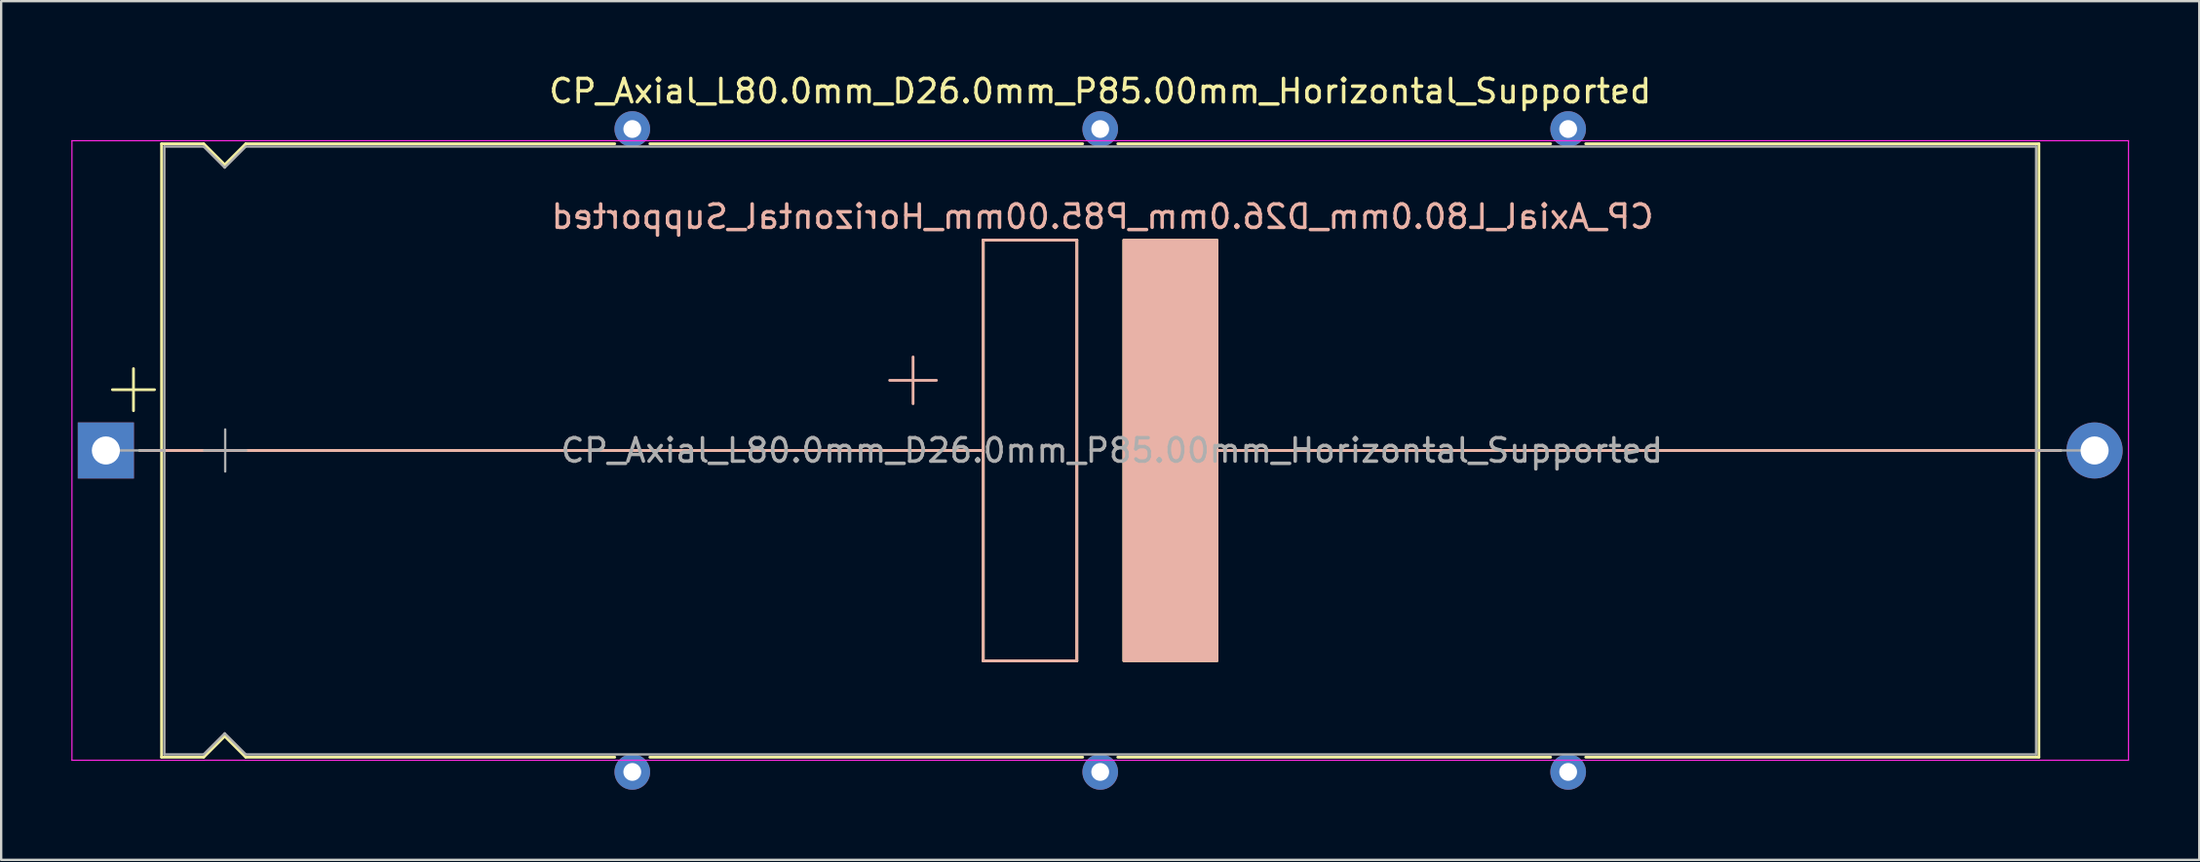
<source format=kicad_pcb>
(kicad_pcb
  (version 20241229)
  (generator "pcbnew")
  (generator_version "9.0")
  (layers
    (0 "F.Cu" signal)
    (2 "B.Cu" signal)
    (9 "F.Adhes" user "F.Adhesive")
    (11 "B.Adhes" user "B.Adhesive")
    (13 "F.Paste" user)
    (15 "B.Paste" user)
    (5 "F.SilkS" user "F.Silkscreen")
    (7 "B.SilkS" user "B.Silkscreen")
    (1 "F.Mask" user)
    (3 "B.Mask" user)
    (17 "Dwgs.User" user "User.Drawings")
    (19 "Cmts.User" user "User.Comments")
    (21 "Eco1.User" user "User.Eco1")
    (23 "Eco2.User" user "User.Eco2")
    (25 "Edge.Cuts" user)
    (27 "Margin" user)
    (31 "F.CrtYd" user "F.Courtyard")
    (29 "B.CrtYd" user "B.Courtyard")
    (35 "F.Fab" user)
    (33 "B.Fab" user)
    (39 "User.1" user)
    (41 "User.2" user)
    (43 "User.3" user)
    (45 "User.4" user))
  (footprint "CP_Axial_L80.0mm_D26.0mm_P85.00mm_Horizontal_Supported"
    (layer "F.Cu")
    (at 1.475 16.218)
    (property "Reference" "CP_Axial_L80.0mm_D26.0mm_P85.00mm_Horizontal_Supported" (at 42.5 -15.37 0) (layer "F.SilkS") (effects (font (size 1 1) (thickness 0.15))))
    (fp_line (start 0.28 -2.6) (end 2.08 -2.6) (stroke (width 0.12) (type solid)) (layer "F.SilkS"))
    (fp_line (start 1.18 -3.5) (end 1.18 -1.7) (stroke (width 0.12) (type solid)) (layer "F.SilkS"))
    (fp_line (start 1.44 0) (end 2.38 0) (stroke (width 0.12) (type solid)) (layer "F.SilkS"))
    (fp_line (start 2.38 -13.12) (end 2.38 13.12) (stroke (width 0.12) (type solid)) (layer "F.SilkS"))
    (fp_line (start 2.38 -13.12) (end 4.18 -13.12) (stroke (width 0.12) (type solid)) (layer "F.SilkS"))
    (fp_line (start 2.38 0) (end 37.5 0) (stroke (width 0.12) (type solid)) (layer "F.SilkS"))
    (fp_line (start 2.38 13.12) (end 4.18 13.12) (stroke (width 0.12) (type solid)) (layer "F.SilkS"))
    (fp_line (start 4.18 -13.12) (end 5.08 -12.22) (stroke (width 0.12) (type solid)) (layer "F.SilkS"))
    (fp_line (start 4.18 13.12) (end 5.08 12.22) (stroke (width 0.12) (type solid)) (layer "F.SilkS"))
    (fp_line (start 5.08 -12.22) (end 5.98 -13.12) (stroke (width 0.12) (type solid)) (layer "F.SilkS"))
    (fp_line (start 5.08 12.22) (end 5.98 13.12) (stroke (width 0.12) (type solid)) (layer "F.SilkS"))
    (fp_line (start 5.98 -13.12) (end 21.75 -13.12) (stroke (width 0.12) (type solid)) (layer "F.SilkS"))
    (fp_line (start 5.98 13.12) (end 21.75 13.12) (stroke (width 0.12) (type solid)) (layer "F.SilkS"))
    (fp_line (start 23.25 -13.12) (end 41.75 -13.12) (stroke (width 0.12) (type solid)) (layer "F.SilkS"))
    (fp_line (start 23.25 13.12) (end 41.75 13.12) (stroke (width 0.12) (type solid)) (layer "F.SilkS"))
    (fp_line (start 37.5 -9) (end 41.5 -9) (stroke (width 0.12) (type solid)) (layer "F.SilkS"))
    (fp_line (start 37.5 9) (end 37.5 -9) (stroke (width 0.12) (type solid)) (layer "F.SilkS"))
    (fp_line (start 41.5 -9) (end 41.5 9) (stroke (width 0.12) (type solid)) (layer "F.SilkS"))
    (fp_line (start 41.5 9) (end 37.5 9) (stroke (width 0.12) (type solid)) (layer "F.SilkS"))
    (fp_line (start 43.25 -13.12) (end 61.75 -13.12) (stroke (width 0.12) (type solid)) (layer "F.SilkS"))
    (fp_line (start 43.25 13.12) (end 61.75 13.12) (stroke (width 0.12) (type solid)) (layer "F.SilkS"))
    (fp_line (start 47 0) (end 82.62 0) (stroke (width 0.12) (type solid)) (layer "F.SilkS"))
    (fp_line (start 63.25 -13.12) (end 82.62 -13.12) (stroke (width 0.12) (type solid)) (layer "F.SilkS"))
    (fp_line (start 63.25 13.12) (end 82.62 13.12) (stroke (width 0.12) (type solid)) (layer "F.SilkS"))
    (fp_line (start 82.62 -13.12) (end 82.62 13.12) (stroke (width 0.12) (type solid)) (layer "F.SilkS"))
    (fp_line (start 83.56 0) (end 82.62 0) (stroke (width 0.12) (type solid)) (layer "F.SilkS"))
    (fp_poly (pts (xy 47.5 9) (xy 43.5 9) (xy 43.5 -9) (xy 47.5 -9)) (stroke (width 0.1) (type solid)) (fill yes) (layer "F.SilkS"))
    (fp_line (start 1.5 0) (end 9.38 0) (stroke (width 0.12) (type solid)) (layer "B.SilkS"))
    (fp_line (start 9.38 0) (end 37.5 0) (stroke (width 0.12) (type solid)) (layer "B.SilkS"))
    (fp_line (start 34.5 -2) (end 34.5 -4) (stroke (width 0.12) (type solid)) (layer "B.SilkS"))
    (fp_line (start 35.5 -3) (end 33.5 -3) (stroke (width 0.12) (type solid)) (layer "B.SilkS"))
    (fp_line (start 37.5 -9) (end 41.5 -9) (stroke (width 0.12) (type solid)) (layer "B.SilkS"))
    (fp_line (start 37.5 9) (end 37.5 -9) (stroke (width 0.12) (type solid)) (layer "B.SilkS"))
    (fp_line (start 41.5 -9) (end 41.5 9) (stroke (width 0.12) (type solid)) (layer "B.SilkS"))
    (fp_line (start 41.5 9) (end 37.5 9) (stroke (width 0.12) (type solid)) (layer "B.SilkS"))
    (fp_line (start 47.5 0) (end 76.62 0) (stroke (width 0.12) (type solid)) (layer "B.SilkS"))
    (fp_line (start 83.5 0) (end 76.62 0) (stroke (width 0.12) (type solid)) (layer "B.SilkS"))
    (fp_poly (pts (xy 47.5 9) (xy 43.5 9) (xy 43.5 -9) (xy 47.5 -9)) (stroke (width 0.1) (type solid)) (fill yes) (layer "B.SilkS"))
    (fp_line (start -1.45 -13.25) (end -1.45 13.25) (stroke (width 0.05) (type solid)) (layer "F.CrtYd"))
    (fp_line (start -1.45 13.25) (end 86.45 13.25) (stroke (width 0.05) (type solid)) (layer "F.CrtYd"))
    (fp_line (start 86.45 -13.25) (end -1.45 -13.25) (stroke (width 0.05) (type solid)) (layer "F.CrtYd"))
    (fp_line (start 86.45 13.25) (end 86.45 -13.25) (stroke (width 0.05) (type solid)) (layer "F.CrtYd"))
    (fp_line (start 0 0) (end 2.5 0) (stroke (width 0.1) (type solid)) (layer "F.Fab"))
    (fp_line (start 2.5 -13) (end 2.5 13) (stroke (width 0.1) (type solid)) (layer "F.Fab"))
    (fp_line (start 2.5 -13) (end 4.18 -13) (stroke (width 0.1) (type solid)) (layer "F.Fab"))
    (fp_line (start 2.5 13) (end 4.18 13) (stroke (width 0.1) (type solid)) (layer "F.Fab"))
    (fp_line (start 4.18 -13) (end 5.08 -12.1) (stroke (width 0.1) (type solid)) (layer "F.Fab"))
    (fp_line (start 4.18 13) (end 5.08 12.1) (stroke (width 0.1) (type solid)) (layer "F.Fab"))
    (fp_line (start 4.2 0) (end 6 0) (stroke (width 0.1) (type solid)) (layer "F.Fab"))
    (fp_line (start 5.08 -12.1) (end 5.98 -13) (stroke (width 0.1) (type solid)) (layer "F.Fab"))
    (fp_line (start 5.08 12.1) (end 5.98 13) (stroke (width 0.1) (type solid)) (layer "F.Fab"))
    (fp_line (start 5.1 -0.9) (end 5.1 0.9) (stroke (width 0.1) (type solid)) (layer "F.Fab"))
    (fp_line (start 5.98 -13) (end 82.5 -13) (stroke (width 0.1) (type solid)) (layer "F.Fab"))
    (fp_line (start 5.98 13) (end 82.5 13) (stroke (width 0.1) (type solid)) (layer "F.Fab"))
    (fp_line (start 82.5 -13) (end 82.5 13) (stroke (width 0.1) (type solid)) (layer "F.Fab"))
    (fp_line (start 85 0) (end 82.5 0) (stroke (width 0.1) (type solid)) (layer "F.Fab"))
    (fp_text user "${REFERENCE}" (at 42.6 -10 0) (layer "B.SilkS") (effects (font (size 1 1) (thickness 0.15)) (justify mirror)))
    (fp_text user "${REFERENCE}" (at 43 0 0) (layer "F.Fab") (effects (font (size 1 1) (thickness 0.15))))
    (pad "1" thru_hole rect (at 0 0) (size 2.4 2.4) (drill 1.2) (layers "*.Cu" "*.Mask"))
    (pad "2" thru_hole oval (at 85 0) (size 2.4 2.4) (drill 1.2) (layers "*.Cu" "*.Mask"))
    (pad "~" thru_hole circle (at 22.5 -13.75) (size 1.524 1.524) (drill 0.762) (layers "*.Cu" "*.Mask"))
    (pad "~" thru_hole circle (at 22.5 13.75) (size 1.524 1.524) (drill 0.762) (layers "*.Cu" "*.Mask"))
    (pad "~" thru_hole circle (at 42.5 -13.75) (size 1.524 1.524) (drill 0.762) (layers "*.Cu" "*.Mask"))
    (pad "~" thru_hole circle (at 42.5 13.75) (size 1.524 1.524) (drill 0.762) (layers "*.Cu" "*.Mask"))
    (pad "~" thru_hole circle (at 62.5 -13.75) (size 1.524 1.524) (drill 0.762) (layers "*.Cu" "*.Mask"))
    (pad "~" thru_hole circle (at 62.5 13.75) (size 1.524 1.524) (drill 0.762) (layers "*.Cu" "*.Mask")))
  (gr_rect
    (start -3 -3)
    (end 90.95 33.73)
    (stroke (width 0.1) (type default))
    (fill no)
    (layer "Edge.Cuts")))
</source>
